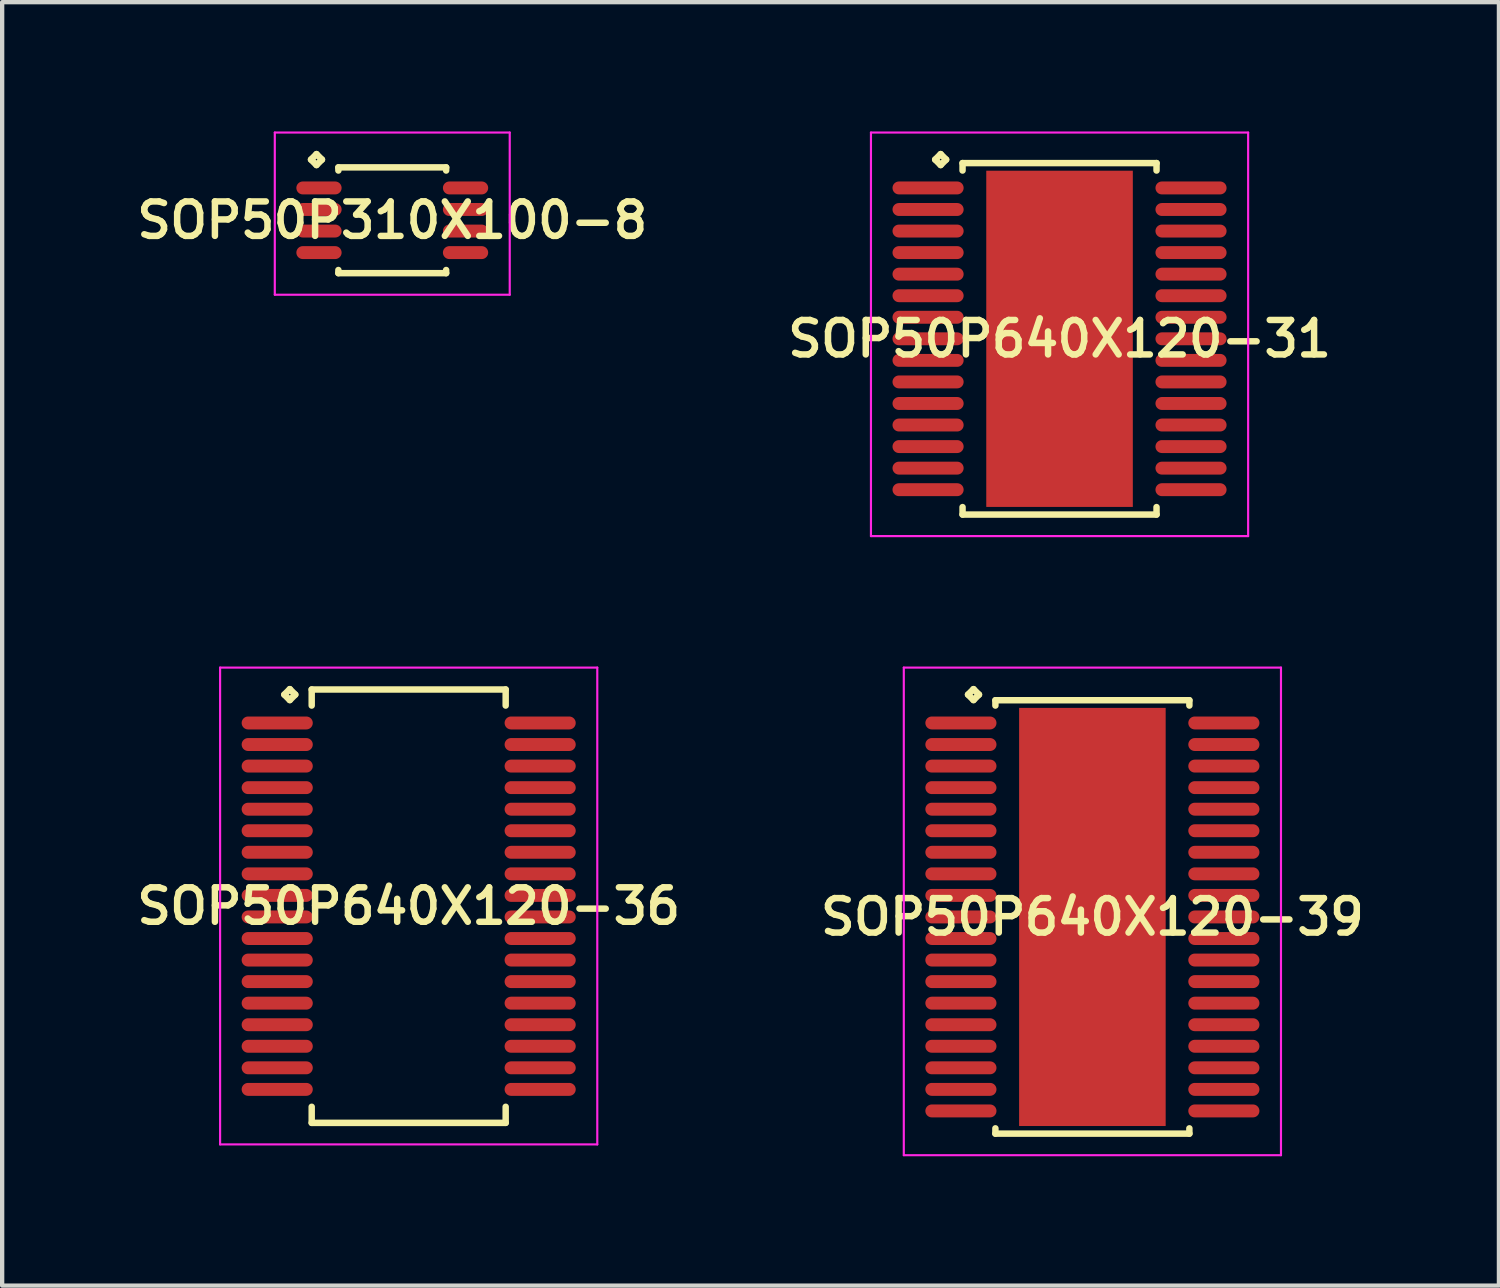
<source format=kicad_pcb>
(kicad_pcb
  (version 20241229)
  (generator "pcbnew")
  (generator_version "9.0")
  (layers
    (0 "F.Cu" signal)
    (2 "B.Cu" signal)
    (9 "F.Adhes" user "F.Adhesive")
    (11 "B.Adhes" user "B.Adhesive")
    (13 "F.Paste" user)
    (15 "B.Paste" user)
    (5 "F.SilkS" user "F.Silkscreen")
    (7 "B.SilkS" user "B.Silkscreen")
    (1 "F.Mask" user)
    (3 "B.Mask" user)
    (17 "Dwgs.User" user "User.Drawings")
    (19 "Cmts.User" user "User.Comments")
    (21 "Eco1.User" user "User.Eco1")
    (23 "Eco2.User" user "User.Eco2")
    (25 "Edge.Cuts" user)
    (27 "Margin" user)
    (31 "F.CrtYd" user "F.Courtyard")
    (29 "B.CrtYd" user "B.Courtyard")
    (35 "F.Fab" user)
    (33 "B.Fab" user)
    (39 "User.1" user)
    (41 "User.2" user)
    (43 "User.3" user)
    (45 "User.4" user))
  (footprint "SOP50P640X120-31"
    (layer "F.Cu")
    (at 21.53 4.81)
    (property "Reference" "SOP50P640X120-31" (at 0 0 0) (layer "F.SilkS") (effects (font (size 0.8 0.8) (thickness 0.15))))
    (attr smd)
    (fp_line (start -2.885 -4.158) (end -2.758 -4.285) (stroke (width 0.15) (type solid)) (layer "F.SilkS"))
    (fp_line (start -2.758 -4.285) (end -2.631 -4.158) (stroke (width 0.15) (type solid)) (layer "F.SilkS"))
    (fp_line (start -2.758 -4.031) (end -2.885 -4.158) (stroke (width 0.15) (type solid)) (layer "F.SilkS"))
    (fp_line (start -2.631 -4.158) (end -2.758 -4.031) (stroke (width 0.15) (type solid)) (layer "F.SilkS"))
    (fp_line (start -2.25 -4.077) (end 2.25 -4.077) (stroke (width 0.15) (type solid)) (layer "F.SilkS"))
    (fp_line (start -2.25 -3.904) (end -2.25 -4.077) (stroke (width 0.15) (type solid)) (layer "F.SilkS"))
    (fp_line (start -2.25 3.904) (end -2.25 4.077) (stroke (width 0.15) (type solid)) (layer "F.SilkS"))
    (fp_line (start -2.25 4.077) (end 2.25 4.077) (stroke (width 0.15) (type solid)) (layer "F.SilkS"))
    (fp_line (start 2.25 -4.077) (end 2.25 -3.904) (stroke (width 0.15) (type solid)) (layer "F.SilkS"))
    (fp_line (start 2.25 4.077) (end 2.25 3.904) (stroke (width 0.15) (type solid)) (layer "F.SilkS"))
    (fp_line (start -4.375 -4.785) (end 4.375 -4.785) (stroke (width 0.05) (type solid)) (layer "F.CrtYd"))
    (fp_line (start -4.375 4.577) (end -4.375 -4.785) (stroke (width 0.05) (type solid)) (layer "F.CrtYd"))
    (fp_line (start 4.375 -4.785) (end 4.375 4.577) (stroke (width 0.05) (type solid)) (layer "F.CrtYd"))
    (fp_line (start 4.375 4.577) (end -4.375 4.577) (stroke (width 0.05) (type solid)) (layer "F.CrtYd"))
    (pad "1" smd oval (at -3.05 -3.5) (size 1.65 0.3) (layers "F.Cu" "F.Mask" "F.Paste"))
    (pad "2" smd oval (at -3.05 -3) (size 1.65 0.3) (layers "F.Cu" "F.Mask" "F.Paste"))
    (pad "3" smd oval (at -3.05 -2.5) (size 1.65 0.3) (layers "F.Cu" "F.Mask" "F.Paste"))
    (pad "4" smd oval (at -3.05 -2) (size 1.65 0.3) (layers "F.Cu" "F.Mask" "F.Paste"))
    (pad "5" smd oval (at -3.05 -1.5) (size 1.65 0.3) (layers "F.Cu" "F.Mask" "F.Paste"))
    (pad "6" smd oval (at -3.05 -1) (size 1.65 0.3) (layers "F.Cu" "F.Mask" "F.Paste"))
    (pad "7" smd oval (at -3.05 -0.5) (size 1.65 0.3) (layers "F.Cu" "F.Mask" "F.Paste"))
    (pad "8" smd oval (at -3.05 0) (size 1.65 0.3) (layers "F.Cu" "F.Mask" "F.Paste"))
    (pad "9" smd oval (at -3.05 0.5) (size 1.65 0.3) (layers "F.Cu" "F.Mask" "F.Paste"))
    (pad "10" smd oval (at -3.05 1) (size 1.65 0.3) (layers "F.Cu" "F.Mask" "F.Paste"))
    (pad "11" smd oval (at -3.05 1.5) (size 1.65 0.3) (layers "F.Cu" "F.Mask" "F.Paste"))
    (pad "12" smd oval (at -3.05 2) (size 1.65 0.3) (layers "F.Cu" "F.Mask" "F.Paste"))
    (pad "13" smd oval (at -3.05 2.5) (size 1.65 0.3) (layers "F.Cu" "F.Mask" "F.Paste"))
    (pad "14" smd oval (at -3.05 3) (size 1.65 0.3) (layers "F.Cu" "F.Mask" "F.Paste"))
    (pad "15" smd oval (at -3.05 3.5) (size 1.65 0.3) (layers "F.Cu" "F.Mask" "F.Paste"))
    (pad "16" smd oval (at 3.05 3.5) (size 1.65 0.3) (layers "F.Cu" "F.Mask" "F.Paste"))
    (pad "17" smd oval (at 3.05 3) (size 1.65 0.3) (layers "F.Cu" "F.Mask" "F.Paste"))
    (pad "18" smd oval (at 3.05 2.5) (size 1.65 0.3) (layers "F.Cu" "F.Mask" "F.Paste"))
    (pad "19" smd oval (at 3.05 2) (size 1.65 0.3) (layers "F.Cu" "F.Mask" "F.Paste"))
    (pad "20" smd oval (at 3.05 1.5) (size 1.65 0.3) (layers "F.Cu" "F.Mask" "F.Paste"))
    (pad "21" smd oval (at 3.05 1) (size 1.65 0.3) (layers "F.Cu" "F.Mask" "F.Paste"))
    (pad "22" smd oval (at 3.05 0.5) (size 1.65 0.3) (layers "F.Cu" "F.Mask" "F.Paste"))
    (pad "23" smd oval (at 3.05 0) (size 1.65 0.3) (layers "F.Cu" "F.Mask" "F.Paste"))
    (pad "24" smd oval (at 3.05 -0.5) (size 1.65 0.3) (layers "F.Cu" "F.Mask" "F.Paste"))
    (pad "25" smd oval (at 3.05 -1) (size 1.65 0.3) (layers "F.Cu" "F.Mask" "F.Paste"))
    (pad "26" smd oval (at 3.05 -1.5) (size 1.65 0.3) (layers "F.Cu" "F.Mask" "F.Paste"))
    (pad "27" smd oval (at 3.05 -2) (size 1.65 0.3) (layers "F.Cu" "F.Mask" "F.Paste"))
    (pad "28" smd oval (at 3.05 -2.5) (size 1.65 0.3) (layers "F.Cu" "F.Mask" "F.Paste"))
    (pad "29" smd oval (at 3.05 -3) (size 1.65 0.3) (layers "F.Cu" "F.Mask" "F.Paste"))
    (pad "30" smd oval (at 3.05 -3.5) (size 1.65 0.3) (layers "F.Cu" "F.Mask" "F.Paste"))
    (pad "31" smd rect (at 0 0) (size 3.4 7.8) (layers "F.Cu" "F.Mask" "F.Paste")))
  (footprint "SOP50P310X100-8"
    (layer "F.Cu")
    (at 6.05 2.06)
    (property "Reference" "SOP50P310X100-8" (at 0 0 0) (layer "F.SilkS") (effects (font (size 0.8 0.8) (thickness 0.15))))
    (attr smd)
    (fp_line (start -1.885 -1.408) (end -1.758 -1.535) (stroke (width 0.15) (type solid)) (layer "F.SilkS"))
    (fp_line (start -1.758 -1.535) (end -1.631 -1.408) (stroke (width 0.15) (type solid)) (layer "F.SilkS"))
    (fp_line (start -1.758 -1.281) (end -1.885 -1.408) (stroke (width 0.15) (type solid)) (layer "F.SilkS"))
    (fp_line (start -1.631 -1.408) (end -1.758 -1.281) (stroke (width 0.15) (type solid)) (layer "F.SilkS"))
    (fp_line (start -1.25 -1.227) (end 1.25 -1.227) (stroke (width 0.15) (type solid)) (layer "F.SilkS"))
    (fp_line (start -1.25 -1.154) (end -1.25 -1.227) (stroke (width 0.15) (type solid)) (layer "F.SilkS"))
    (fp_line (start -1.25 1.154) (end -1.25 1.227) (stroke (width 0.15) (type solid)) (layer "F.SilkS"))
    (fp_line (start -1.25 1.227) (end 1.25 1.227) (stroke (width 0.15) (type solid)) (layer "F.SilkS"))
    (fp_line (start 1.25 -1.227) (end 1.25 -1.154) (stroke (width 0.15) (type solid)) (layer "F.SilkS"))
    (fp_line (start 1.25 1.227) (end 1.25 1.154) (stroke (width 0.15) (type solid)) (layer "F.SilkS"))
    (fp_line (start -2.725 -2.035) (end 2.725 -2.035) (stroke (width 0.05) (type solid)) (layer "F.CrtYd"))
    (fp_line (start -2.725 1.727) (end -2.725 -2.035) (stroke (width 0.05) (type solid)) (layer "F.CrtYd"))
    (fp_line (start 2.725 -2.035) (end 2.725 1.727) (stroke (width 0.05) (type solid)) (layer "F.CrtYd"))
    (fp_line (start 2.725 1.727) (end -2.725 1.727) (stroke (width 0.05) (type solid)) (layer "F.CrtYd"))
    (pad "1" smd oval (at -1.7 -0.75) (size 1.05 0.3) (layers "F.Cu" "F.Mask" "F.Paste"))
    (pad "2" smd oval (at -1.7 -0.25) (size 1.05 0.3) (layers "F.Cu" "F.Mask" "F.Paste"))
    (pad "3" smd oval (at -1.7 0.25) (size 1.05 0.3) (layers "F.Cu" "F.Mask" "F.Paste"))
    (pad "4" smd oval (at -1.7 0.75) (size 1.05 0.3) (layers "F.Cu" "F.Mask" "F.Paste"))
    (pad "5" smd oval (at 1.7 0.75) (size 1.05 0.3) (layers "F.Cu" "F.Mask" "F.Paste"))
    (pad "6" smd oval (at 1.7 0.25) (size 1.05 0.3) (layers "F.Cu" "F.Mask" "F.Paste"))
    (pad "7" smd oval (at 1.7 -0.25) (size 1.05 0.3) (layers "F.Cu" "F.Mask" "F.Paste"))
    (pad "8" smd oval (at 1.7 -0.75) (size 1.05 0.3) (layers "F.Cu" "F.Mask" "F.Paste")))
  (footprint "SOP50P640X120-36"
    (layer "F.Cu")
    (at 6.431 17.972)
    (property "Reference" "SOP50P640X120-36" (at 0 0 0) (layer "F.SilkS") (effects (font (size 0.8 0.8) (thickness 0.15))))
    (attr smd)
    (fp_line (start -2.885 -4.908) (end -2.758 -5.035) (stroke (width 0.15) (type solid)) (layer "F.SilkS"))
    (fp_line (start -2.758 -5.035) (end -2.631 -4.908) (stroke (width 0.15) (type solid)) (layer "F.SilkS"))
    (fp_line (start -2.758 -4.781) (end -2.885 -4.908) (stroke (width 0.15) (type solid)) (layer "F.SilkS"))
    (fp_line (start -2.631 -4.908) (end -2.758 -4.781) (stroke (width 0.15) (type solid)) (layer "F.SilkS"))
    (fp_line (start -2.25 -5.027) (end 2.25 -5.027) (stroke (width 0.15) (type solid)) (layer "F.SilkS"))
    (fp_line (start -2.25 -4.654) (end -2.25 -5.027) (stroke (width 0.15) (type solid)) (layer "F.SilkS"))
    (fp_line (start -2.25 4.654) (end -2.25 5.027) (stroke (width 0.15) (type solid)) (layer "F.SilkS"))
    (fp_line (start -2.25 5.027) (end 2.25 5.027) (stroke (width 0.15) (type solid)) (layer "F.SilkS"))
    (fp_line (start 2.25 -5.027) (end 2.25 -4.654) (stroke (width 0.15) (type solid)) (layer "F.SilkS"))
    (fp_line (start 2.25 5.027) (end 2.25 4.654) (stroke (width 0.15) (type solid)) (layer "F.SilkS"))
    (fp_line (start -4.375 -5.535) (end 4.375 -5.535) (stroke (width 0.05) (type solid)) (layer "F.CrtYd"))
    (fp_line (start -4.375 5.527) (end -4.375 -5.535) (stroke (width 0.05) (type solid)) (layer "F.CrtYd"))
    (fp_line (start 4.375 -5.535) (end 4.375 5.527) (stroke (width 0.05) (type solid)) (layer "F.CrtYd"))
    (fp_line (start 4.375 5.527) (end -4.375 5.527) (stroke (width 0.05) (type solid)) (layer "F.CrtYd"))
    (pad "1" smd oval (at -3.05 -4.25) (size 1.65 0.3) (layers "F.Cu" "F.Mask" "F.Paste"))
    (pad "2" smd oval (at -3.05 -3.75) (size 1.65 0.3) (layers "F.Cu" "F.Mask" "F.Paste"))
    (pad "3" smd oval (at -3.05 -3.25) (size 1.65 0.3) (layers "F.Cu" "F.Mask" "F.Paste"))
    (pad "4" smd oval (at -3.05 -2.75) (size 1.65 0.3) (layers "F.Cu" "F.Mask" "F.Paste"))
    (pad "5" smd oval (at -3.05 -2.25) (size 1.65 0.3) (layers "F.Cu" "F.Mask" "F.Paste"))
    (pad "6" smd oval (at -3.05 -1.75) (size 1.65 0.3) (layers "F.Cu" "F.Mask" "F.Paste"))
    (pad "7" smd oval (at -3.05 -1.25) (size 1.65 0.3) (layers "F.Cu" "F.Mask" "F.Paste"))
    (pad "8" smd oval (at -3.05 -0.75) (size 1.65 0.3) (layers "F.Cu" "F.Mask" "F.Paste"))
    (pad "9" smd oval (at -3.05 -0.25) (size 1.65 0.3) (layers "F.Cu" "F.Mask" "F.Paste"))
    (pad "10" smd oval (at -3.05 0.25) (size 1.65 0.3) (layers "F.Cu" "F.Mask" "F.Paste"))
    (pad "11" smd oval (at -3.05 0.75) (size 1.65 0.3) (layers "F.Cu" "F.Mask" "F.Paste"))
    (pad "12" smd oval (at -3.05 1.25) (size 1.65 0.3) (layers "F.Cu" "F.Mask" "F.Paste"))
    (pad "13" smd oval (at -3.05 1.75) (size 1.65 0.3) (layers "F.Cu" "F.Mask" "F.Paste"))
    (pad "14" smd oval (at -3.05 2.25) (size 1.65 0.3) (layers "F.Cu" "F.Mask" "F.Paste"))
    (pad "15" smd oval (at -3.05 2.75) (size 1.65 0.3) (layers "F.Cu" "F.Mask" "F.Paste"))
    (pad "16" smd oval (at -3.05 3.25) (size 1.65 0.3) (layers "F.Cu" "F.Mask" "F.Paste"))
    (pad "17" smd oval (at -3.05 3.75) (size 1.65 0.3) (layers "F.Cu" "F.Mask" "F.Paste"))
    (pad "18" smd oval (at -3.05 4.25) (size 1.65 0.3) (layers "F.Cu" "F.Mask" "F.Paste"))
    (pad "19" smd oval (at 3.05 4.25) (size 1.65 0.3) (layers "F.Cu" "F.Mask" "F.Paste"))
    (pad "20" smd oval (at 3.05 3.75) (size 1.65 0.3) (layers "F.Cu" "F.Mask" "F.Paste"))
    (pad "21" smd oval (at 3.05 3.25) (size 1.65 0.3) (layers "F.Cu" "F.Mask" "F.Paste"))
    (pad "22" smd oval (at 3.05 2.75) (size 1.65 0.3) (layers "F.Cu" "F.Mask" "F.Paste"))
    (pad "23" smd oval (at 3.05 2.25) (size 1.65 0.3) (layers "F.Cu" "F.Mask" "F.Paste"))
    (pad "24" smd oval (at 3.05 1.75) (size 1.65 0.3) (layers "F.Cu" "F.Mask" "F.Paste"))
    (pad "25" smd oval (at 3.05 1.25) (size 1.65 0.3) (layers "F.Cu" "F.Mask" "F.Paste"))
    (pad "26" smd oval (at 3.05 0.75) (size 1.65 0.3) (layers "F.Cu" "F.Mask" "F.Paste"))
    (pad "27" smd oval (at 3.05 0.25) (size 1.65 0.3) (layers "F.Cu" "F.Mask" "F.Paste"))
    (pad "28" smd oval (at 3.05 -0.25) (size 1.65 0.3) (layers "F.Cu" "F.Mask" "F.Paste"))
    (pad "29" smd oval (at 3.05 -0.75) (size 1.65 0.3) (layers "F.Cu" "F.Mask" "F.Paste"))
    (pad "30" smd oval (at 3.05 -1.25) (size 1.65 0.3) (layers "F.Cu" "F.Mask" "F.Paste"))
    (pad "31" smd oval (at 3.05 -1.75) (size 1.65 0.3) (layers "F.Cu" "F.Mask" "F.Paste"))
    (pad "32" smd oval (at 3.05 -2.25) (size 1.65 0.3) (layers "F.Cu" "F.Mask" "F.Paste"))
    (pad "33" smd oval (at 3.05 -2.75) (size 1.65 0.3) (layers "F.Cu" "F.Mask" "F.Paste"))
    (pad "34" smd oval (at 3.05 -3.25) (size 1.65 0.3) (layers "F.Cu" "F.Mask" "F.Paste"))
    (pad "35" smd oval (at 3.05 -3.75) (size 1.65 0.3) (layers "F.Cu" "F.Mask" "F.Paste"))
    (pad "36" smd oval (at 3.05 -4.25) (size 1.65 0.3) (layers "F.Cu" "F.Mask" "F.Paste")))
  (footprint "SOP50P640X120-39"
    (layer "F.Cu")
    (at 22.292 18.222)
    (property "Reference" "SOP50P640X120-39" (at 0 0 0) (layer "F.SilkS") (effects (font (size 0.8 0.8) (thickness 0.15))))
    (attr smd)
    (fp_line (start -2.885 -5.158) (end -2.758 -5.285) (stroke (width 0.15) (type solid)) (layer "F.SilkS"))
    (fp_line (start -2.758 -5.285) (end -2.631 -5.158) (stroke (width 0.15) (type solid)) (layer "F.SilkS"))
    (fp_line (start -2.758 -5.031) (end -2.885 -5.158) (stroke (width 0.15) (type solid)) (layer "F.SilkS"))
    (fp_line (start -2.631 -5.158) (end -2.758 -5.031) (stroke (width 0.15) (type solid)) (layer "F.SilkS"))
    (fp_line (start -2.25 -5.027) (end 2.25 -5.027) (stroke (width 0.15) (type solid)) (layer "F.SilkS"))
    (fp_line (start -2.25 -4.904) (end -2.25 -5.027) (stroke (width 0.15) (type solid)) (layer "F.SilkS"))
    (fp_line (start -2.25 4.904) (end -2.25 5.027) (stroke (width 0.15) (type solid)) (layer "F.SilkS"))
    (fp_line (start -2.25 5.027) (end 2.25 5.027) (stroke (width 0.15) (type solid)) (layer "F.SilkS"))
    (fp_line (start 2.25 -5.027) (end 2.25 -4.904) (stroke (width 0.15) (type solid)) (layer "F.SilkS"))
    (fp_line (start 2.25 5.027) (end 2.25 4.904) (stroke (width 0.15) (type solid)) (layer "F.SilkS"))
    (fp_line (start -4.375 -5.785) (end 4.375 -5.785) (stroke (width 0.05) (type solid)) (layer "F.CrtYd"))
    (fp_line (start -4.375 5.527) (end -4.375 -5.785) (stroke (width 0.05) (type solid)) (layer "F.CrtYd"))
    (fp_line (start 4.375 -5.785) (end 4.375 5.527) (stroke (width 0.05) (type solid)) (layer "F.CrtYd"))
    (fp_line (start 4.375 5.527) (end -4.375 5.527) (stroke (width 0.05) (type solid)) (layer "F.CrtYd"))
    (pad "1" smd oval (at -3.05 -4.5) (size 1.65 0.3) (layers "F.Cu" "F.Mask" "F.Paste"))
    (pad "2" smd oval (at -3.05 -4) (size 1.65 0.3) (layers "F.Cu" "F.Mask" "F.Paste"))
    (pad "3" smd oval (at -3.05 -3.5) (size 1.65 0.3) (layers "F.Cu" "F.Mask" "F.Paste"))
    (pad "4" smd oval (at -3.05 -3) (size 1.65 0.3) (layers "F.Cu" "F.Mask" "F.Paste"))
    (pad "5" smd oval (at -3.05 -2.5) (size 1.65 0.3) (layers "F.Cu" "F.Mask" "F.Paste"))
    (pad "6" smd oval (at -3.05 -2) (size 1.65 0.3) (layers "F.Cu" "F.Mask" "F.Paste"))
    (pad "7" smd oval (at -3.05 -1.5) (size 1.65 0.3) (layers "F.Cu" "F.Mask" "F.Paste"))
    (pad "8" smd oval (at -3.05 -1) (size 1.65 0.3) (layers "F.Cu" "F.Mask" "F.Paste"))
    (pad "9" smd oval (at -3.05 -0.5) (size 1.65 0.3) (layers "F.Cu" "F.Mask" "F.Paste"))
    (pad "10" smd oval (at -3.05 0) (size 1.65 0.3) (layers "F.Cu" "F.Mask" "F.Paste"))
    (pad "11" smd oval (at -3.05 0.5) (size 1.65 0.3) (layers "F.Cu" "F.Mask" "F.Paste"))
    (pad "12" smd oval (at -3.05 1) (size 1.65 0.3) (layers "F.Cu" "F.Mask" "F.Paste"))
    (pad "13" smd oval (at -3.05 1.5) (size 1.65 0.3) (layers "F.Cu" "F.Mask" "F.Paste"))
    (pad "14" smd oval (at -3.05 2) (size 1.65 0.3) (layers "F.Cu" "F.Mask" "F.Paste"))
    (pad "15" smd oval (at -3.05 2.5) (size 1.65 0.3) (layers "F.Cu" "F.Mask" "F.Paste"))
    (pad "16" smd oval (at -3.05 3) (size 1.65 0.3) (layers "F.Cu" "F.Mask" "F.Paste"))
    (pad "17" smd oval (at -3.05 3.5) (size 1.65 0.3) (layers "F.Cu" "F.Mask" "F.Paste"))
    (pad "18" smd oval (at -3.05 4) (size 1.65 0.3) (layers "F.Cu" "F.Mask" "F.Paste"))
    (pad "19" smd oval (at -3.05 4.5) (size 1.65 0.3) (layers "F.Cu" "F.Mask" "F.Paste"))
    (pad "20" smd oval (at 3.05 4.5) (size 1.65 0.3) (layers "F.Cu" "F.Mask" "F.Paste"))
    (pad "21" smd oval (at 3.05 4) (size 1.65 0.3) (layers "F.Cu" "F.Mask" "F.Paste"))
    (pad "22" smd oval (at 3.05 3.5) (size 1.65 0.3) (layers "F.Cu" "F.Mask" "F.Paste"))
    (pad "23" smd oval (at 3.05 3) (size 1.65 0.3) (layers "F.Cu" "F.Mask" "F.Paste"))
    (pad "24" smd oval (at 3.05 2.5) (size 1.65 0.3) (layers "F.Cu" "F.Mask" "F.Paste"))
    (pad "25" smd oval (at 3.05 2) (size 1.65 0.3) (layers "F.Cu" "F.Mask" "F.Paste"))
    (pad "26" smd oval (at 3.05 1.5) (size 1.65 0.3) (layers "F.Cu" "F.Mask" "F.Paste"))
    (pad "27" smd oval (at 3.05 1) (size 1.65 0.3) (layers "F.Cu" "F.Mask" "F.Paste"))
    (pad "28" smd oval (at 3.05 0.5) (size 1.65 0.3) (layers "F.Cu" "F.Mask" "F.Paste"))
    (pad "29" smd oval (at 3.05 0) (size 1.65 0.3) (layers "F.Cu" "F.Mask" "F.Paste"))
    (pad "30" smd oval (at 3.05 -0.5) (size 1.65 0.3) (layers "F.Cu" "F.Mask" "F.Paste"))
    (pad "31" smd oval (at 3.05 -1) (size 1.65 0.3) (layers "F.Cu" "F.Mask" "F.Paste"))
    (pad "32" smd oval (at 3.05 -1.5) (size 1.65 0.3) (layers "F.Cu" "F.Mask" "F.Paste"))
    (pad "33" smd oval (at 3.05 -2) (size 1.65 0.3) (layers "F.Cu" "F.Mask" "F.Paste"))
    (pad "34" smd oval (at 3.05 -2.5) (size 1.65 0.3) (layers "F.Cu" "F.Mask" "F.Paste"))
    (pad "35" smd oval (at 3.05 -3) (size 1.65 0.3) (layers "F.Cu" "F.Mask" "F.Paste"))
    (pad "36" smd oval (at 3.05 -3.5) (size 1.65 0.3) (layers "F.Cu" "F.Mask" "F.Paste"))
    (pad "37" smd oval (at 3.05 -4) (size 1.65 0.3) (layers "F.Cu" "F.Mask" "F.Paste"))
    (pad "38" smd oval (at 3.05 -4.5) (size 1.65 0.3) (layers "F.Cu" "F.Mask" "F.Paste"))
    (pad "39" smd rect (at 0 0) (size 3.4 9.7) (layers "F.Cu" "F.Mask" "F.Paste")))
  (gr_rect
    (start -3 -3)
    (end 31.723 26.774)
    (stroke (width 0.1) (type default))
    (fill no)
    (layer "Edge.Cuts")))
</source>
